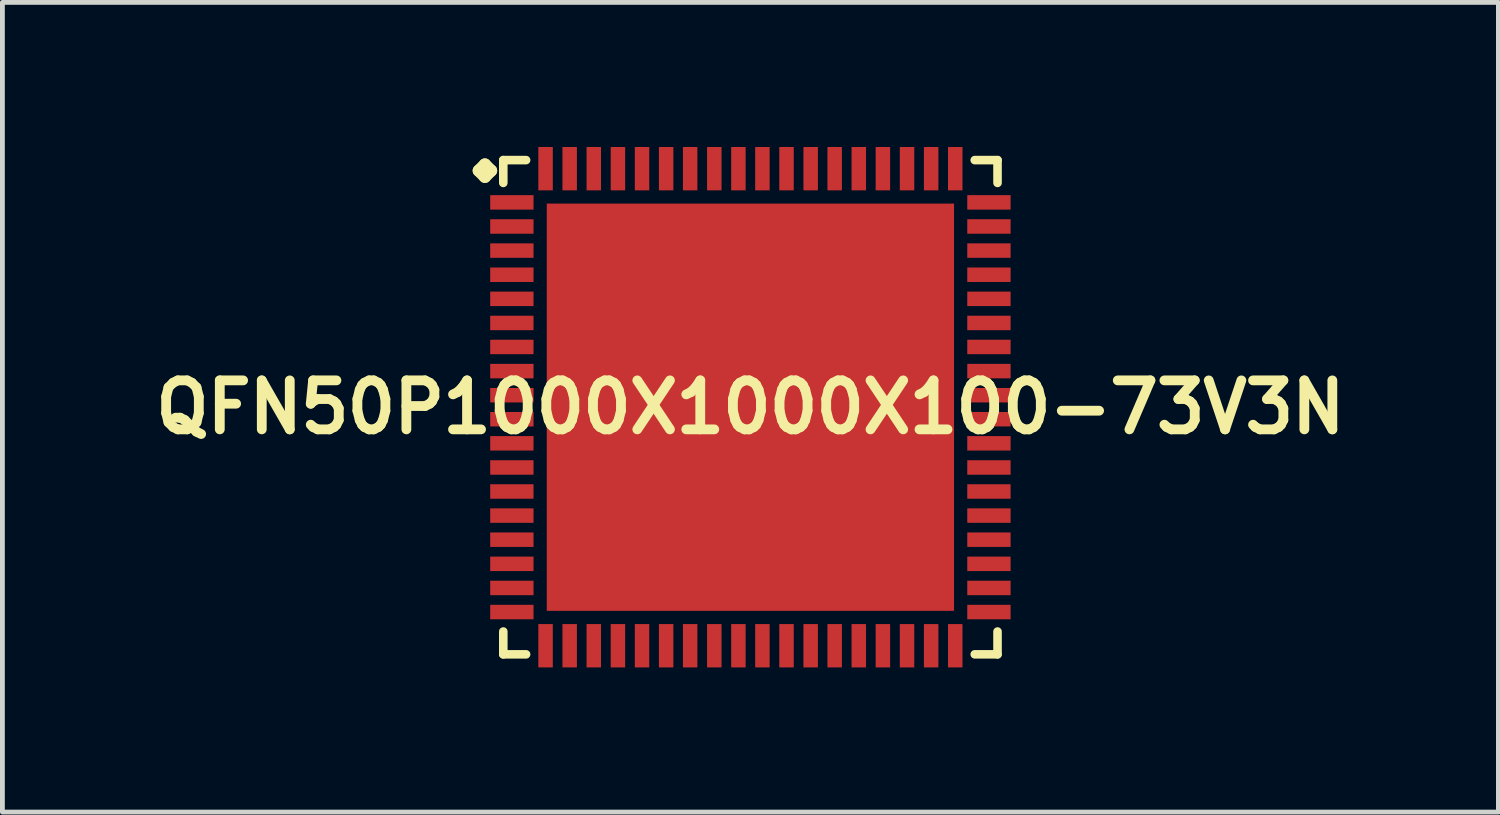
<source format=kicad_pcb>
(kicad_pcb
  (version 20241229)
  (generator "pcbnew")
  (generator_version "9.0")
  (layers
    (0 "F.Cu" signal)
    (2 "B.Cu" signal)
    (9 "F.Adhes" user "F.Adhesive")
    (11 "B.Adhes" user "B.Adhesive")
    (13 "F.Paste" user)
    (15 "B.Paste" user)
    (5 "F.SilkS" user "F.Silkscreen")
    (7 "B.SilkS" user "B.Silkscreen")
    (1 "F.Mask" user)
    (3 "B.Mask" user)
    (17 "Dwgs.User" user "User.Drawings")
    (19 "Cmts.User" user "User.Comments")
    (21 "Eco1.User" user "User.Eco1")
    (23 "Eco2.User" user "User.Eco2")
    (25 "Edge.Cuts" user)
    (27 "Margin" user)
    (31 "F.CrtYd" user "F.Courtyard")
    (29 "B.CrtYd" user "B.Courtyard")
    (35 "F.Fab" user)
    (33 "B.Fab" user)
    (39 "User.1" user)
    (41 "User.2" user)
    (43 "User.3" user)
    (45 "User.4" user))
  (footprint "QFN50P1000X1000X100-73V3N"
    (layer "F.Cu")
    (at 12.516 5.397)
    (property "Reference" "QFN50P1000X1000X100-73V3N" (at 0 0 0) (layer "F.SilkS") (effects (font (size 1.016 1.016) (thickness 0.203))))
    (attr smd)
    (fp_line (start -5.634 -4.907) (end -5.507 -5.034) (stroke (width 0.254) (type solid)) (layer "F.SilkS"))
    (fp_line (start -5.507 -5.034) (end -5.38 -4.907) (stroke (width 0.254) (type solid)) (layer "F.SilkS"))
    (fp_line (start -5.507 -4.78) (end -5.634 -4.907) (stroke (width 0.254) (type solid)) (layer "F.SilkS"))
    (fp_line (start -5.38 -4.907) (end -5.507 -4.78) (stroke (width 0.254) (type solid)) (layer "F.SilkS"))
    (fp_line (start -5.126 -5.126) (end -4.653 -5.126) (stroke (width 0.178) (type solid)) (layer "F.SilkS"))
    (fp_line (start -5.126 -4.653) (end -5.126 -5.126) (stroke (width 0.178) (type solid)) (layer "F.SilkS"))
    (fp_line (start -5.126 4.653) (end -5.126 5.126) (stroke (width 0.178) (type solid)) (layer "F.SilkS"))
    (fp_line (start -5.126 5.126) (end -4.653 5.126) (stroke (width 0.178) (type solid)) (layer "F.SilkS"))
    (fp_line (start 4.653 -5.126) (end 5.126 -5.126) (stroke (width 0.178) (type solid)) (layer "F.SilkS"))
    (fp_line (start 4.653 5.126) (end 5.126 5.126) (stroke (width 0.178) (type solid)) (layer "F.SilkS"))
    (fp_line (start 5.126 -5.126) (end 5.126 -4.653) (stroke (width 0.178) (type solid)) (layer "F.SilkS"))
    (fp_line (start 5.126 5.126) (end 5.126 4.653) (stroke (width 0.178) (type solid)) (layer "F.SilkS"))
    (pad "1" smd rect (at -4.948 -4.249) (size 0.899 0.3) (layers "F.Cu" "F.Mask" "F.Paste"))
    (pad "2" smd rect (at -4.948 -3.749) (size 0.899 0.3) (layers "F.Cu" "F.Mask" "F.Paste"))
    (pad "3" smd rect (at -4.948 -3.249) (size 0.899 0.3) (layers "F.Cu" "F.Mask" "F.Paste"))
    (pad "4" smd rect (at -4.948 -2.748) (size 0.899 0.3) (layers "F.Cu" "F.Mask" "F.Paste"))
    (pad "5" smd rect (at -4.948 -2.248) (size 0.899 0.3) (layers "F.Cu" "F.Mask" "F.Paste"))
    (pad "6" smd rect (at -4.948 -1.748) (size 0.899 0.3) (layers "F.Cu" "F.Mask" "F.Paste"))
    (pad "7" smd rect (at -4.948 -1.25) (size 0.899 0.3) (layers "F.Cu" "F.Mask" "F.Paste"))
    (pad "8" smd rect (at -4.948 -0.749) (size 0.899 0.3) (layers "F.Cu" "F.Mask" "F.Paste"))
    (pad "9" smd rect (at -4.948 -0.249) (size 0.899 0.3) (layers "F.Cu" "F.Mask" "F.Paste"))
    (pad "10" smd rect (at -4.948 0.249) (size 0.899 0.3) (layers "F.Cu" "F.Mask" "F.Paste"))
    (pad "11" smd rect (at -4.948 0.749) (size 0.899 0.3) (layers "F.Cu" "F.Mask" "F.Paste"))
    (pad "12" smd rect (at -4.948 1.25) (size 0.899 0.3) (layers "F.Cu" "F.Mask" "F.Paste"))
    (pad "13" smd rect (at -4.948 1.748) (size 0.899 0.3) (layers "F.Cu" "F.Mask" "F.Paste"))
    (pad "14" smd rect (at -4.948 2.248) (size 0.899 0.3) (layers "F.Cu" "F.Mask" "F.Paste"))
    (pad "15" smd rect (at -4.948 2.748) (size 0.899 0.3) (layers "F.Cu" "F.Mask" "F.Paste"))
    (pad "16" smd rect (at -4.948 3.249) (size 0.899 0.3) (layers "F.Cu" "F.Mask" "F.Paste"))
    (pad "17" smd rect (at -4.948 3.749) (size 0.899 0.3) (layers "F.Cu" "F.Mask" "F.Paste"))
    (pad "18" smd rect (at -4.948 4.249) (size 0.899 0.3) (layers "F.Cu" "F.Mask" "F.Paste"))
    (pad "19" smd rect (at -4.249 4.948) (size 0.3 0.899) (layers "F.Cu" "F.Mask" "F.Paste"))
    (pad "20" smd rect (at -3.749 4.948) (size 0.3 0.899) (layers "F.Cu" "F.Mask" "F.Paste"))
    (pad "21" smd rect (at -3.249 4.948) (size 0.3 0.899) (layers "F.Cu" "F.Mask" "F.Paste"))
    (pad "22" smd rect (at -2.748 4.948) (size 0.3 0.899) (layers "F.Cu" "F.Mask" "F.Paste"))
    (pad "23" smd rect (at -2.248 4.948) (size 0.3 0.899) (layers "F.Cu" "F.Mask" "F.Paste"))
    (pad "24" smd rect (at -1.748 4.948) (size 0.3 0.899) (layers "F.Cu" "F.Mask" "F.Paste"))
    (pad "25" smd rect (at -1.25 4.948) (size 0.3 0.899) (layers "F.Cu" "F.Mask" "F.Paste"))
    (pad "26" smd rect (at -0.749 4.948) (size 0.3 0.899) (layers "F.Cu" "F.Mask" "F.Paste"))
    (pad "27" smd rect (at -0.249 4.948) (size 0.3 0.899) (layers "F.Cu" "F.Mask" "F.Paste"))
    (pad "28" smd rect (at 0.249 4.948) (size 0.3 0.899) (layers "F.Cu" "F.Mask" "F.Paste"))
    (pad "29" smd rect (at 0.749 4.948) (size 0.3 0.899) (layers "F.Cu" "F.Mask" "F.Paste"))
    (pad "30" smd rect (at 1.25 4.948) (size 0.3 0.899) (layers "F.Cu" "F.Mask" "F.Paste"))
    (pad "31" smd rect (at 1.748 4.948) (size 0.3 0.899) (layers "F.Cu" "F.Mask" "F.Paste"))
    (pad "32" smd rect (at 2.248 4.948) (size 0.3 0.899) (layers "F.Cu" "F.Mask" "F.Paste"))
    (pad "33" smd rect (at 2.748 4.948) (size 0.3 0.899) (layers "F.Cu" "F.Mask" "F.Paste"))
    (pad "34" smd rect (at 3.249 4.948) (size 0.3 0.899) (layers "F.Cu" "F.Mask" "F.Paste"))
    (pad "35" smd rect (at 3.749 4.948) (size 0.3 0.899) (layers "F.Cu" "F.Mask" "F.Paste"))
    (pad "36" smd rect (at 4.249 4.948) (size 0.3 0.899) (layers "F.Cu" "F.Mask" "F.Paste"))
    (pad "37" smd rect (at 4.948 4.249) (size 0.899 0.3) (layers "F.Cu" "F.Mask" "F.Paste"))
    (pad "38" smd rect (at 4.948 3.749) (size 0.899 0.3) (layers "F.Cu" "F.Mask" "F.Paste"))
    (pad "39" smd rect (at 4.948 3.249) (size 0.899 0.3) (layers "F.Cu" "F.Mask" "F.Paste"))
    (pad "40" smd rect (at 4.948 2.748) (size 0.899 0.3) (layers "F.Cu" "F.Mask" "F.Paste"))
    (pad "41" smd rect (at 4.948 2.248) (size 0.899 0.3) (layers "F.Cu" "F.Mask" "F.Paste"))
    (pad "42" smd rect (at 4.948 1.748) (size 0.899 0.3) (layers "F.Cu" "F.Mask" "F.Paste"))
    (pad "43" smd rect (at 4.948 1.25) (size 0.899 0.3) (layers "F.Cu" "F.Mask" "F.Paste"))
    (pad "44" smd rect (at 4.948 0.749) (size 0.899 0.3) (layers "F.Cu" "F.Mask" "F.Paste"))
    (pad "45" smd rect (at 4.948 0.249) (size 0.899 0.3) (layers "F.Cu" "F.Mask" "F.Paste"))
    (pad "46" smd rect (at 4.948 -0.249) (size 0.899 0.3) (layers "F.Cu" "F.Mask" "F.Paste"))
    (pad "47" smd rect (at 4.948 -0.749) (size 0.899 0.3) (layers "F.Cu" "F.Mask" "F.Paste"))
    (pad "48" smd rect (at 4.948 -1.25) (size 0.899 0.3) (layers "F.Cu" "F.Mask" "F.Paste"))
    (pad "49" smd rect (at 4.948 -1.748) (size 0.899 0.3) (layers "F.Cu" "F.Mask" "F.Paste"))
    (pad "50" smd rect (at 4.948 -2.248) (size 0.899 0.3) (layers "F.Cu" "F.Mask" "F.Paste"))
    (pad "51" smd rect (at 4.948 -2.748) (size 0.899 0.3) (layers "F.Cu" "F.Mask" "F.Paste"))
    (pad "52" smd rect (at 4.948 -3.249) (size 0.899 0.3) (layers "F.Cu" "F.Mask" "F.Paste"))
    (pad "53" smd rect (at 4.948 -3.749) (size 0.899 0.3) (layers "F.Cu" "F.Mask" "F.Paste"))
    (pad "54" smd rect (at 4.948 -4.249) (size 0.899 0.3) (layers "F.Cu" "F.Mask" "F.Paste"))
    (pad "55" smd rect (at 4.249 -4.948) (size 0.3 0.899) (layers "F.Cu" "F.Mask" "F.Paste"))
    (pad "56" smd rect (at 3.749 -4.948) (size 0.3 0.899) (layers "F.Cu" "F.Mask" "F.Paste"))
    (pad "57" smd rect (at 3.249 -4.948) (size 0.3 0.899) (layers "F.Cu" "F.Mask" "F.Paste"))
    (pad "58" smd rect (at 2.748 -4.948) (size 0.3 0.899) (layers "F.Cu" "F.Mask" "F.Paste"))
    (pad "59" smd rect (at 2.248 -4.948) (size 0.3 0.899) (layers "F.Cu" "F.Mask" "F.Paste"))
    (pad "60" smd rect (at 1.748 -4.948) (size 0.3 0.899) (layers "F.Cu" "F.Mask" "F.Paste"))
    (pad "61" smd rect (at 1.25 -4.948) (size 0.3 0.899) (layers "F.Cu" "F.Mask" "F.Paste"))
    (pad "62" smd rect (at 0.749 -4.948) (size 0.3 0.899) (layers "F.Cu" "F.Mask" "F.Paste"))
    (pad "63" smd rect (at 0.249 -4.948) (size 0.3 0.899) (layers "F.Cu" "F.Mask" "F.Paste"))
    (pad "64" smd rect (at -0.249 -4.948) (size 0.3 0.899) (layers "F.Cu" "F.Mask" "F.Paste"))
    (pad "65" smd rect (at -0.749 -4.948) (size 0.3 0.899) (layers "F.Cu" "F.Mask" "F.Paste"))
    (pad "66" smd rect (at -1.25 -4.948) (size 0.3 0.899) (layers "F.Cu" "F.Mask" "F.Paste"))
    (pad "67" smd rect (at -1.748 -4.948) (size 0.3 0.899) (layers "F.Cu" "F.Mask" "F.Paste"))
    (pad "68" smd rect (at -2.248 -4.948) (size 0.3 0.899) (layers "F.Cu" "F.Mask" "F.Paste"))
    (pad "69" smd rect (at -2.748 -4.948) (size 0.3 0.899) (layers "F.Cu" "F.Mask" "F.Paste"))
    (pad "70" smd rect (at -3.249 -4.948) (size 0.3 0.899) (layers "F.Cu" "F.Mask" "F.Paste"))
    (pad "71" smd rect (at -3.749 -4.948) (size 0.3 0.899) (layers "F.Cu" "F.Mask" "F.Paste"))
    (pad "72" smd rect (at -4.249 -4.948) (size 0.3 0.899) (layers "F.Cu" "F.Mask" "F.Paste"))
    (pad "73" smd rect (at 0 0) (size 8.448 8.448) (layers "F.Cu" "F.Mask" "F.Paste")))
  (gr_rect
    (start -3 -3)
    (end 28.032 13.795)
    (stroke (width 0.1) (type default))
    (fill no)
    (layer "Edge.Cuts")))
</source>
